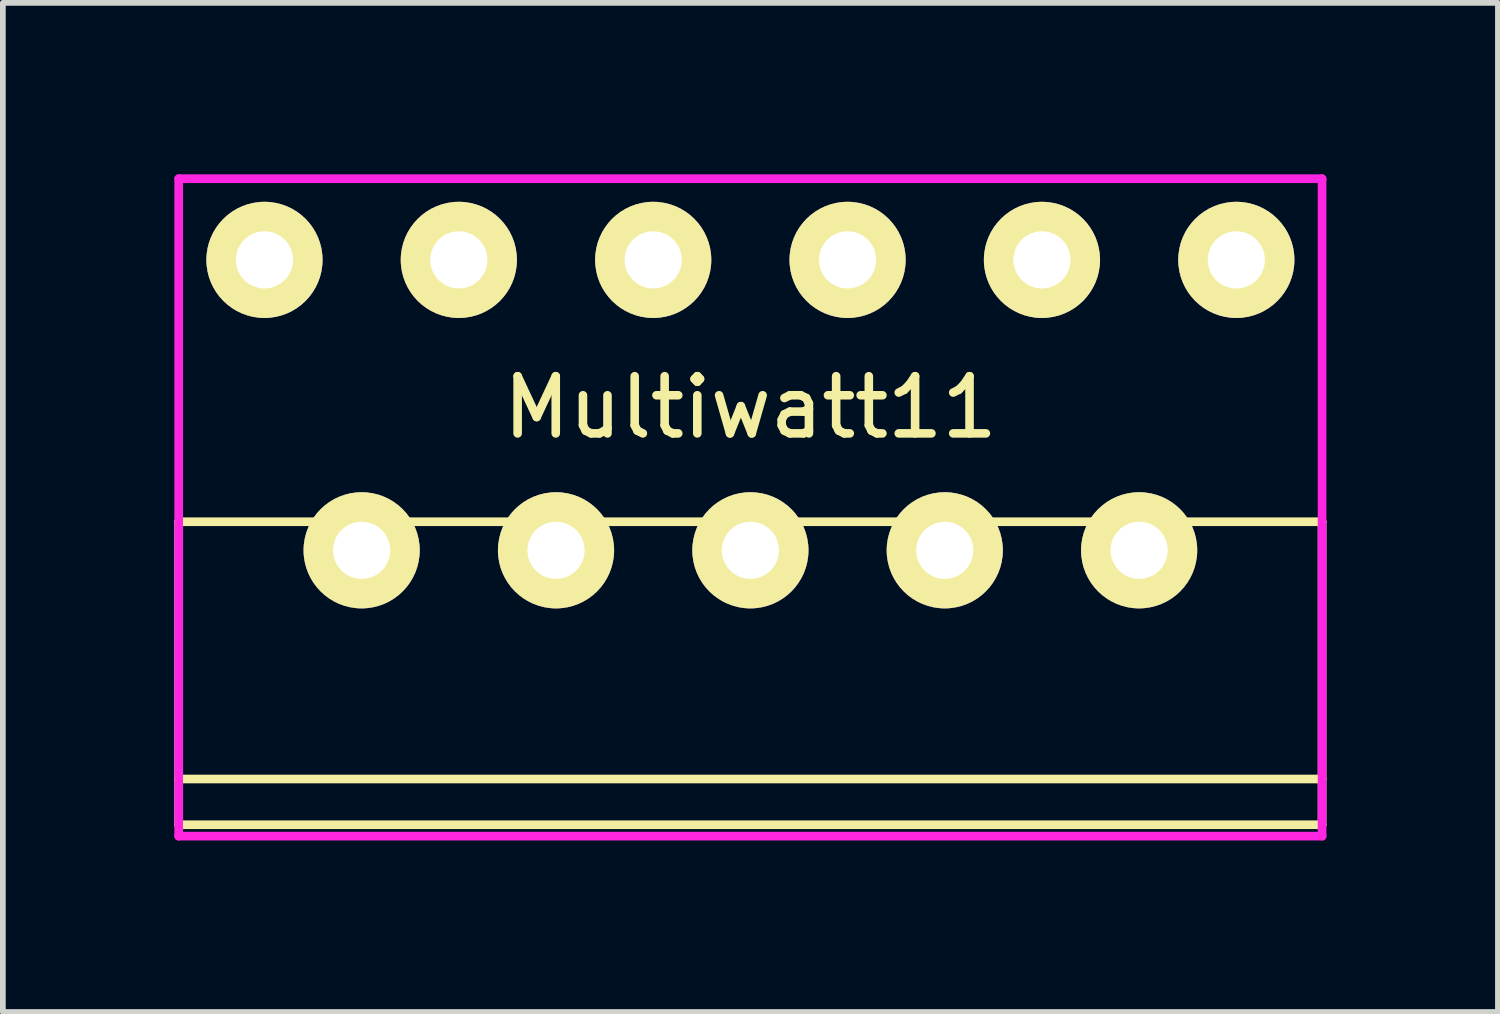
<source format=kicad_pcb>
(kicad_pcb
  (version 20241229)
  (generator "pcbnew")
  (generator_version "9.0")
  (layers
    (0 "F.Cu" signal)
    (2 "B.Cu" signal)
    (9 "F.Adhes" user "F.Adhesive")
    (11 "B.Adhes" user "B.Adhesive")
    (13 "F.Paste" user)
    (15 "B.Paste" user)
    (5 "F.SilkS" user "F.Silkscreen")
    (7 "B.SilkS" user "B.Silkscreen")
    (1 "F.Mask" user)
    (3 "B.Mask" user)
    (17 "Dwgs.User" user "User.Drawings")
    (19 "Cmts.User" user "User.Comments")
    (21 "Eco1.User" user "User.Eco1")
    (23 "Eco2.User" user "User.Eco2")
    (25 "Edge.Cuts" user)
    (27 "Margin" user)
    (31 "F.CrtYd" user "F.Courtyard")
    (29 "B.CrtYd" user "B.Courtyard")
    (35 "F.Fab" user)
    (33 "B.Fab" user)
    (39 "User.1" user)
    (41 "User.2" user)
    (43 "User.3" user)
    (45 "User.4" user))
  (footprint "Multiwatt11"
    (layer "F.Cu")
    (at 10.076 6.576)
    (property "Reference" "Multiwatt11" (at 0 -2.5 0) (layer "F.SilkS") (effects (font (size 1 1) (thickness 0.15))))
    (attr through_hole)
    (fp_line (start -10 -0.5) (end -10 4.8) (stroke (width 0.152) (type solid)) (layer "F.SilkS"))
    (fp_line (start -10 4) (end 10 4) (stroke (width 0.152) (type solid)) (layer "F.SilkS"))
    (fp_line (start -10 4.8) (end 10 4.8) (stroke (width 0.152) (type solid)) (layer "F.SilkS"))
    (fp_line (start 10 -0.5) (end -10 -0.5) (stroke (width 0.152) (type solid)) (layer "F.SilkS"))
    (fp_line (start 10 4.8) (end 10 -0.5) (stroke (width 0.152) (type solid)) (layer "F.SilkS"))
    (fp_line (start -10 -6.5) (end 10 -6.5) (stroke (width 0.152) (type solid)) (layer "F.CrtYd"))
    (fp_line (start -10 5) (end -10 -6.5) (stroke (width 0.152) (type solid)) (layer "F.CrtYd"))
    (fp_line (start 10 -6.5) (end 10 5) (stroke (width 0.152) (type solid)) (layer "F.CrtYd"))
    (fp_line (start 10 5) (end -10 5) (stroke (width 0.152) (type solid)) (layer "F.CrtYd"))
    (pad "1" thru_hole circle (at 8.5 -5.08) (size 2.032 2.032) (drill 1) (layers "*.Cu" "*.Mask" "F.SilkS"))
    (pad "2" thru_hole circle (at 6.8 0) (size 2.032 2.032) (drill 1) (layers "*.Cu" "*.Mask" "F.SilkS"))
    (pad "3" thru_hole circle (at 5.1 -5.08) (size 2.032 2.032) (drill 1) (layers "*.Cu" "*.Mask" "F.SilkS"))
    (pad "4" thru_hole circle (at 3.4 0) (size 2.032 2.032) (drill 1) (layers "*.Cu" "*.Mask" "F.SilkS"))
    (pad "5" thru_hole circle (at 1.7 -5.08) (size 2.032 2.032) (drill 1) (layers "*.Cu" "*.Mask" "F.SilkS"))
    (pad "6" thru_hole circle (at 0 0) (size 2.032 2.032) (drill 1) (layers "*.Cu" "*.Mask" "F.SilkS"))
    (pad "7" thru_hole circle (at -1.7 -5.08) (size 2.032 2.032) (drill 1) (layers "*.Cu" "*.Mask" "F.SilkS"))
    (pad "8" thru_hole circle (at -3.4 0) (size 2.032 2.032) (drill 1) (layers "*.Cu" "*.Mask" "F.SilkS"))
    (pad "9" thru_hole circle (at -5.1 -5.08) (size 2.032 2.032) (drill 1) (layers "*.Cu" "*.Mask" "F.SilkS"))
    (pad "10" thru_hole circle (at -6.8 0) (size 2.032 2.032) (drill 1) (layers "*.Cu" "*.Mask" "F.SilkS"))
    (pad "11" thru_hole circle (at -8.5 -5.08) (size 2.032 2.032) (drill 1) (layers "*.Cu" "*.Mask" "F.SilkS")))
  (gr_rect
    (start -3 -3)
    (end 23.152 14.652)
    (stroke (width 0.1) (type default))
    (fill no)
    (layer "Edge.Cuts")))
</source>
